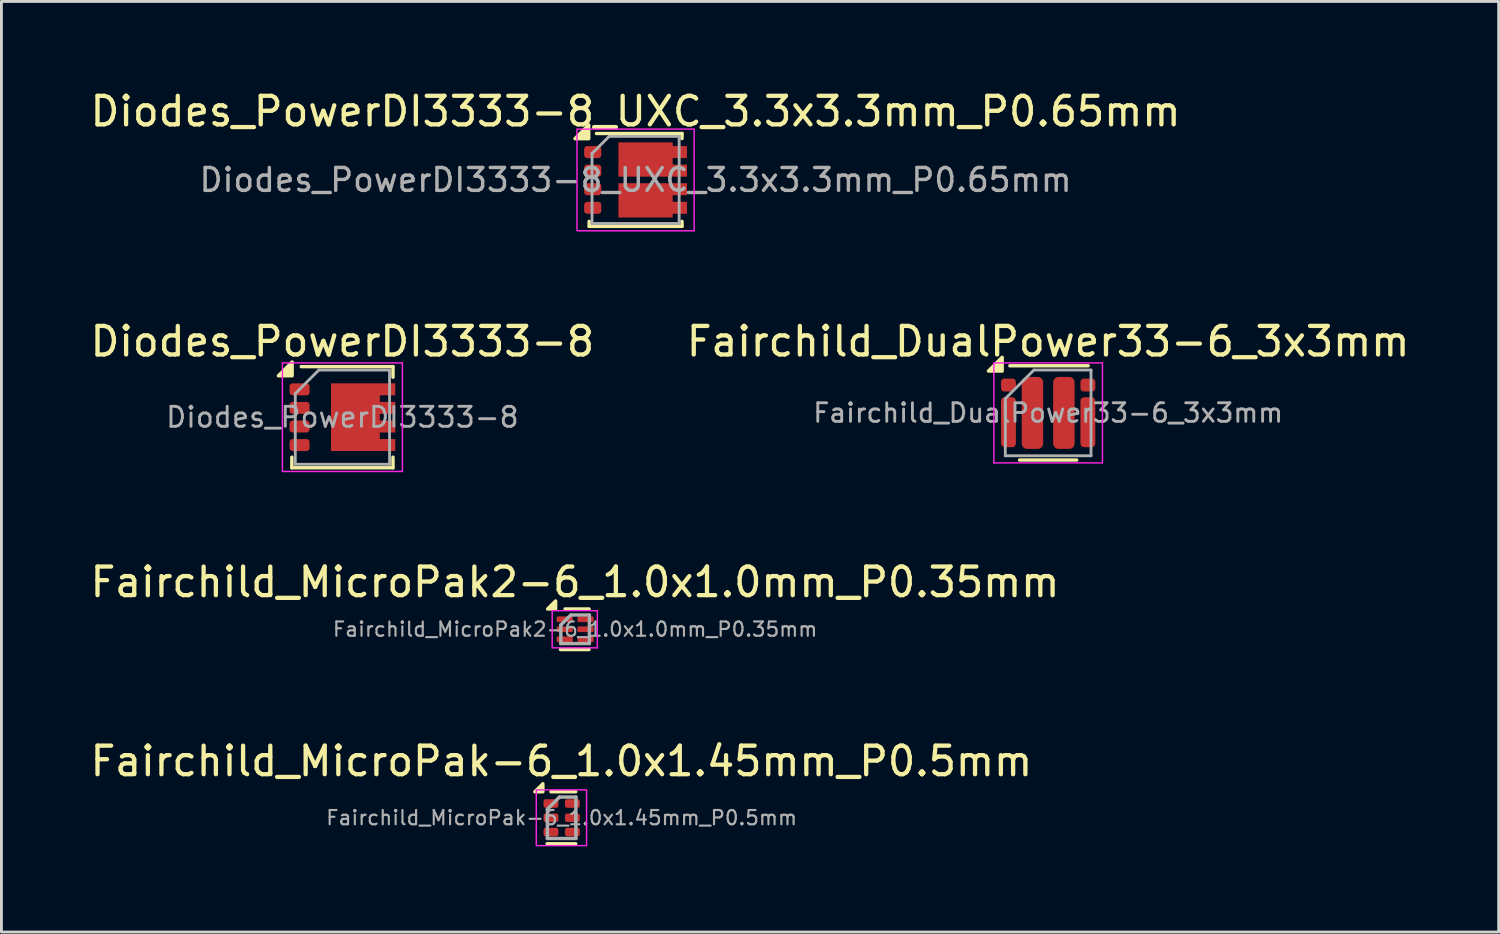
<source format=kicad_pcb>
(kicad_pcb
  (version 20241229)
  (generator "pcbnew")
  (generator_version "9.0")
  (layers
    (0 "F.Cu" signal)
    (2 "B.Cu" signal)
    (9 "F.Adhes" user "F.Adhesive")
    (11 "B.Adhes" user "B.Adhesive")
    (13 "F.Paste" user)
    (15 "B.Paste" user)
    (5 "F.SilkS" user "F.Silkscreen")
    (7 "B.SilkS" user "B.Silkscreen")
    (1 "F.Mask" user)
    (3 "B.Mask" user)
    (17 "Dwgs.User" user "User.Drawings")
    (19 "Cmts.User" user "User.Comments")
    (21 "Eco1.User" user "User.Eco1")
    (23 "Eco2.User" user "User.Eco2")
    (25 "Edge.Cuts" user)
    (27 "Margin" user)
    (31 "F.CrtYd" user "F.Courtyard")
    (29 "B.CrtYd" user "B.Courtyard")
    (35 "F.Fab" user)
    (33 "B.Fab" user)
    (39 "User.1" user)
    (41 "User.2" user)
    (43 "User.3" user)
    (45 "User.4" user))
  (footprint "Fairchild_MicroPak2-6_1.0x1.0mm_P0.35mm"
    (layer "F.Cu")
    (at 17.067 18.975)
    (property "Reference" "Fairchild_MicroPak2-6_1.0x1.0mm_P0.35mm" (at 0.01 -1.65 0) (layer "F.SilkS") (effects (font (size 1 1) (thickness 0.15))))
    (attr smd)
    (fp_line (start -0.5 0.71) (end 0.5 0.71) (stroke (width 0.12) (type solid)) (layer "F.SilkS"))
    (fp_line (start -0.338 -0.71) (end 0.5 -0.71) (stroke (width 0.12) (type solid)) (layer "F.SilkS"))
    (fp_poly (pts (xy -0.67 -0.71) (xy -0.95 -0.71) (xy -0.67 -0.99) (xy -0.67 -0.71)) (stroke (width 0.12) (type solid)) (fill yes) (layer "F.SilkS"))
    (fp_line (start -0.79 -0.65) (end -0.79 0.65) (stroke (width 0.05) (type solid)) (layer "F.CrtYd"))
    (fp_line (start -0.79 -0.65) (end 0.79 -0.65) (stroke (width 0.05) (type solid)) (layer "F.CrtYd"))
    (fp_line (start 0.79 0.65) (end -0.79 0.65) (stroke (width 0.05) (type solid)) (layer "F.CrtYd"))
    (fp_line (start 0.79 0.65) (end 0.79 -0.65) (stroke (width 0.05) (type solid)) (layer "F.CrtYd"))
    (fp_line (start -0.487 -0.15) (end -0.138 -0.5) (stroke (width 0.12) (type solid)) (layer "F.Fab"))
    (fp_line (start -0.487 0.5) (end -0.487 -0.15) (stroke (width 0.12) (type solid)) (layer "F.Fab"))
    (fp_line (start -0.138 -0.5) (end 0.512 -0.5) (stroke (width 0.12) (type solid)) (layer "F.Fab"))
    (fp_line (start 0.512 -0.5) (end 0.512 0.5) (stroke (width 0.12) (type solid)) (layer "F.Fab"))
    (fp_line (start 0.512 0.5) (end -0.487 0.5) (stroke (width 0.12) (type solid)) (layer "F.Fab"))
    (fp_text user "${REFERENCE}" (at 0.013 0 0) (layer "F.Fab") (effects (font (size 0.5 0.5) (thickness 0.075))))
    (pad "1" smd roundrect (at -0.352 -0.35) (size 0.57 0.2) (layers "F.Cu" "F.Mask" "F.Paste") (roundrect_rratio 0.25))
    (pad "2" smd roundrect (at -0.352 0) (size 0.57 0.2) (layers "F.Cu" "F.Mask" "F.Paste") (roundrect_rratio 0.25))
    (pad "3" smd roundrect (at -0.352 0.35) (size 0.57 0.2) (layers "F.Cu" "F.Mask" "F.Paste") (roundrect_rratio 0.25))
    (pad "4" smd roundrect (at 0.378 0.35) (size 0.57 0.2) (layers "F.Cu" "F.Mask" "F.Paste") (roundrect_rratio 0.25))
    (pad "5" smd roundrect (at 0.378 0) (size 0.57 0.2) (layers "F.Cu" "F.Mask" "F.Paste") (roundrect_rratio 0.25))
    (pad "6" smd roundrect (at 0.378 -0.35) (size 0.57 0.2) (layers "F.Cu" "F.Mask" "F.Paste") (roundrect_rratio 0.25)))
  (footprint "Diodes_PowerDI3333-8"
    (layer "F.Cu")
    (at 8.935 11.552)
    (property "Reference" "Diodes_PowerDI3333-8" (at 0 -2.65 0) (layer "F.SilkS") (effects (font (size 1 1) (thickness 0.15))))
    (attr smd)
    (fp_line (start -1.77 1.77) (end -1.77 1.4) (stroke (width 0.12) (type solid)) (layer "F.SilkS"))
    (fp_line (start -1.77 1.77) (end 1.77 1.77) (stroke (width 0.12) (type solid)) (layer "F.SilkS"))
    (fp_line (start 1.77 -1.77) (end -1.44 -1.77) (stroke (width 0.12) (type solid)) (layer "F.SilkS"))
    (fp_line (start 1.77 -1.77) (end 1.77 -1.4) (stroke (width 0.12) (type solid)) (layer "F.SilkS"))
    (fp_line (start 1.77 1.77) (end 1.77 1.4) (stroke (width 0.12) (type solid)) (layer "F.SilkS"))
    (fp_poly (pts (xy -1.76 -1.45) (xy -2.24 -1.45) (xy -1.76 -1.93) (xy -1.76 -1.45)) (stroke (width 0.12) (type solid)) (fill yes) (layer "F.SilkS"))
    (fp_line (start -2.1 -1.9) (end -2.1 1.9) (stroke (width 0.05) (type solid)) (layer "F.CrtYd"))
    (fp_line (start -2.1 1.9) (end 2.1 1.9) (stroke (width 0.05) (type solid)) (layer "F.CrtYd"))
    (fp_line (start 2.1 -1.9) (end -2.1 -1.9) (stroke (width 0.05) (type solid)) (layer "F.CrtYd"))
    (fp_line (start 2.1 1.9) (end 2.1 -1.9) (stroke (width 0.05) (type solid)) (layer "F.CrtYd"))
    (fp_line (start -1.65 -0.825) (end -1.65 1.65) (stroke (width 0.1) (type solid)) (layer "F.Fab"))
    (fp_line (start -1.65 1.65) (end 1.65 1.65) (stroke (width 0.1) (type solid)) (layer "F.Fab"))
    (fp_line (start -0.825 -1.65) (end -1.65 -0.825) (stroke (width 0.1) (type solid)) (layer "F.Fab"))
    (fp_line (start 1.65 -1.65) (end -0.825 -1.65) (stroke (width 0.1) (type solid)) (layer "F.Fab"))
    (fp_line (start 1.65 1.65) (end 1.65 -1.65) (stroke (width 0.1) (type solid)) (layer "F.Fab"))
    (fp_text user "${REFERENCE}" (at 0 0 0) (layer "F.Fab") (effects (font (size 0.7 0.7) (thickness 0.1))))
    (pad "" smd roundrect (at 0.02 -0.565) (size 0.6 1) (layers "F.Paste") (roundrect_rratio 0.25))
    (pad "" smd roundrect (at 0.02 0.565) (size 0.6 1) (layers "F.Paste") (roundrect_rratio 0.25))
    (pad "" smd roundrect (at 0.73 -0.565) (size 0.6 1) (layers "F.Paste") (roundrect_rratio 0.25))
    (pad "" smd roundrect (at 0.73 0.565) (size 0.6 1) (layers "F.Paste") (roundrect_rratio 0.25))
    (pad "" smd roundrect (at 1.5 -0.975) (size 0.7 0.42) (layers "F.Paste") (roundrect_rratio 0.25))
    (pad "" smd roundrect (at 1.5 -0.325) (size 0.7 0.42) (layers "F.Paste") (roundrect_rratio 0.25))
    (pad "" smd roundrect (at 1.5 0.325) (size 0.7 0.42) (layers "F.Paste") (roundrect_rratio 0.25))
    (pad "" smd roundrect (at 1.5 0.975) (size 0.7 0.42) (layers "F.Paste") (roundrect_rratio 0.25))
    (pad "1" smd roundrect (at -1.5 -0.975) (size 0.7 0.42) (layers "F.Cu" "F.Mask" "F.Paste") (roundrect_rratio 0.25))
    (pad "2" smd roundrect (at -1.5 -0.325) (size 0.7 0.42) (layers "F.Cu" "F.Mask" "F.Paste") (roundrect_rratio 0.25))
    (pad "3" smd roundrect (at -1.5 0.325) (size 0.7 0.42) (layers "F.Cu" "F.Mask" "F.Paste") (roundrect_rratio 0.25))
    (pad "4" smd roundrect (at -1.5 0.975) (size 0.7 0.42) (layers "F.Cu" "F.Mask" "F.Paste") (roundrect_rratio 0.25))
    (pad "5" smd custom (at 0.455 0) (size 1.71 2.37) (layers "F.Cu" "F.Mask") (options (anchor rect)) (primitives (gr_poly (pts (xy 1.395 1.185) (xy 0.855 1.185) (xy 0.855 0.765) (xy 1.395 0.765)) (width 0) (fill yes)) (gr_poly (pts (xy 1.395 0.535) (xy 0.855 0.535) (xy 0.855 0.115) (xy 1.395 0.115)) (width 0) (fill yes)) (gr_poly (pts (xy 1.395 -0.115) (xy 0.855 -0.115) (xy 0.855 -0.535) (xy 1.395 -0.535)) (width 0) (fill yes)) (gr_poly (pts (xy 1.395 -0.765) (xy 0.855 -0.765) (xy 0.855 -1.185) (xy 1.395 -1.185)) (width 0) (fill yes)))))
  (footprint "Fairchild_DualPower33-6_3x3mm"
    (layer "F.Cu")
    (at 33.637 11.402)
    (property "Reference" "Fairchild_DualPower33-6_3x3mm" (at 0 -2.5 0) (layer "F.SilkS") (effects (font (size 1 1) (thickness 0.15))))
    (attr smd)
    (fp_line (start -1 1.65) (end 1 1.65) (stroke (width 0.12) (type solid)) (layer "F.SilkS"))
    (fp_line (start 1.4 -1.65) (end -1.34 -1.65) (stroke (width 0.12) (type solid)) (layer "F.SilkS"))
    (fp_poly (pts (xy -1.61 -1.465) (xy -2.09 -1.465) (xy -1.61 -1.945) (xy -1.61 -1.465)) (stroke (width 0.12) (type solid)) (fill yes) (layer "F.SilkS"))
    (fp_line (start -1.9 -1.75) (end 1.9 -1.75) (stroke (width 0.05) (type solid)) (layer "F.CrtYd"))
    (fp_line (start -1.9 1.75) (end -1.9 -1.75) (stroke (width 0.05) (type solid)) (layer "F.CrtYd"))
    (fp_line (start 1.9 -1.75) (end 1.9 1.75) (stroke (width 0.05) (type solid)) (layer "F.CrtYd"))
    (fp_line (start 1.9 1.75) (end -1.9 1.75) (stroke (width 0.05) (type solid)) (layer "F.CrtYd"))
    (fp_line (start -1.5 -0.5) (end -0.5 -1.5) (stroke (width 0.1) (type solid)) (layer "F.Fab"))
    (fp_line (start -1.5 1.5) (end -1.5 -0.5) (stroke (width 0.1) (type solid)) (layer "F.Fab"))
    (fp_line (start -0.5 -1.5) (end 1.5 -1.5) (stroke (width 0.1) (type solid)) (layer "F.Fab"))
    (fp_line (start 1.5 -1.5) (end 1.5 1.5) (stroke (width 0.1) (type solid)) (layer "F.Fab"))
    (fp_line (start 1.5 1.5) (end -1.5 1.5) (stroke (width 0.1) (type solid)) (layer "F.Fab"))
    (fp_text user "${REFERENCE}" (at 0 0 0) (layer "F.Fab") (effects (font (size 0.65 0.65) (thickness 0.1))))
    (pad "" smd roundrect (at -1.39 -0.975) (size 0.35 0.35) (layers "F.Mask" "F.Paste") (roundrect_rratio 0.25))
    (pad "" smd roundrect (at -1.39 -0.325) (size 0.35 0.35) (layers "F.Mask" "F.Paste") (roundrect_rratio 0.25))
    (pad "" smd roundrect (at -1.39 0.325) (size 0.35 0.35) (layers "F.Mask" "F.Paste") (roundrect_rratio 0.25))
    (pad "" smd roundrect (at -1.39 0.975) (size 0.35 0.35) (layers "F.Mask" "F.Paste") (roundrect_rratio 0.25))
    (pad "" smd roundrect (at -0.55 -0.5) (size 0.65 0.8) (layers "F.Mask" "F.Paste") (roundrect_rratio 0.25))
    (pad "" smd roundrect (at -0.55 0.5) (size 0.65 0.8) (layers "F.Mask" "F.Paste") (roundrect_rratio 0.25))
    (pad "" smd roundrect (at 0.55 -0.5) (size 0.65 0.8) (layers "F.Mask" "F.Paste") (roundrect_rratio 0.25))
    (pad "" smd roundrect (at 0.55 0.5) (size 0.65 0.8) (layers "F.Mask" "F.Paste") (roundrect_rratio 0.25))
    (pad "" smd roundrect (at 1.39 -0.975) (size 0.35 0.35) (layers "F.Mask" "F.Paste") (roundrect_rratio 0.25))
    (pad "" smd roundrect (at 1.39 -0.325) (size 0.35 0.35) (layers "F.Mask" "F.Paste") (roundrect_rratio 0.25))
    (pad "" smd roundrect (at 1.39 0.325) (size 0.35 0.35) (layers "F.Mask" "F.Paste") (roundrect_rratio 0.25))
    (pad "" smd roundrect (at 1.39 0.975) (size 0.35 0.35) (layers "F.Mask" "F.Paste") (roundrect_rratio 0.25))
    (pad "1" smd roundrect (at -1.39 -0.975) (size 0.52 0.45) (layers "F.Cu" "F.Mask") (roundrect_rratio 0.25))
    (pad "2" smd roundrect (at -1.39 0.325) (size 0.52 1.75) (layers "F.Cu" "F.Mask") (roundrect_rratio 0.25))
    (pad "3" smd roundrect (at 1.39 0.325) (size 0.52 1.75) (layers "F.Cu" "F.Mask") (roundrect_rratio 0.25))
    (pad "4" smd roundrect (at 1.39 -0.975) (size 0.52 0.45) (layers "F.Cu" "F.Mask") (roundrect_rratio 0.25))
    (pad "5" smd roundrect (at -0.55 0) (size 0.75 2.52) (layers "F.Cu" "F.Mask") (roundrect_rratio 0.25))
    (pad "6" smd roundrect (at 0.55 0) (size 0.75 2.52) (layers "F.Cu" "F.Mask") (roundrect_rratio 0.25)))
  (footprint "Fairchild_MicroPak-6_1.0x1.45mm_P0.5mm"
    (layer "F.Cu")
    (at 16.601 25.573)
    (property "Reference" "Fairchild_MicroPak-6_1.0x1.45mm_P0.5mm" (at 0 -1.98 0) (layer "F.SilkS") (effects (font (size 1 1) (thickness 0.15))))
    (attr smd)
    (fp_line (start 0.5 -0.91) (end -0.367 -0.91) (stroke (width 0.12) (type solid)) (layer "F.SilkS"))
    (fp_line (start 0.5 0.91) (end -0.5 0.91) (stroke (width 0.12) (type solid)) (layer "F.SilkS"))
    (fp_poly (pts (xy -0.65 -0.91) (xy -0.93 -0.91) (xy -0.65 -1.19) (xy -0.65 -0.91)) (stroke (width 0.12) (type solid)) (fill yes) (layer "F.SilkS"))
    (fp_rect (start -0.88 -0.975) (end 0.88 0.975) (stroke (width 0.05) (type default)) (fill no) (layer "F.CrtYd"))
    (fp_line (start -0.492 -0.3) (end -0.068 -0.725) (stroke (width 0.12) (type solid)) (layer "F.Fab"))
    (fp_line (start -0.492 0.725) (end -0.492 -0.3) (stroke (width 0.12) (type solid)) (layer "F.Fab"))
    (fp_line (start -0.068 -0.725) (end 0.507 -0.725) (stroke (width 0.12) (type solid)) (layer "F.Fab"))
    (fp_line (start 0.507 -0.725) (end 0.507 0.725) (stroke (width 0.12) (type solid)) (layer "F.Fab"))
    (fp_line (start 0.507 0.725) (end -0.492 0.725) (stroke (width 0.12) (type solid)) (layer "F.Fab"))
    (fp_text user "${REFERENCE}" (at 0.007 0 0) (layer "F.Fab") (effects (font (size 0.5 0.5) (thickness 0.075))))
    (pad "1" smd roundrect (at -0.367 -0.5) (size 0.52 0.3) (layers "F.Cu" "F.Mask" "F.Paste") (roundrect_rratio 0.25))
    (pad "2" smd roundrect (at -0.367 0) (size 0.52 0.3) (layers "F.Cu" "F.Mask" "F.Paste") (roundrect_rratio 0.25))
    (pad "3" smd roundrect (at -0.367 0.5) (size 0.52 0.3) (layers "F.Cu" "F.Mask" "F.Paste") (roundrect_rratio 0.25))
    (pad "4" smd roundrect (at 0.383 0.5) (size 0.52 0.3) (layers "F.Cu" "F.Mask" "F.Paste") (roundrect_rratio 0.25))
    (pad "5" smd roundrect (at 0.383 0) (size 0.52 0.3) (layers "F.Cu" "F.Mask" "F.Paste") (roundrect_rratio 0.25))
    (pad "6" smd roundrect (at 0.383 -0.5) (size 0.52 0.3) (layers "F.Cu" "F.Mask" "F.Paste") (roundrect_rratio 0.25)))
  (footprint "Diodes_PowerDI3333-8_UXC_3.3x3.3mm_P0.65mm"
    (layer "F.Cu")
    (at 19.196 3.248)
    (property "Reference" "Diodes_PowerDI3333-8_UXC_3.3x3.3mm_P0.65mm" (at 0 -2.4 0) (layer "F.SilkS") (effects (font (size 1 1) (thickness 0.15))))
    (attr smd)
    (fp_line (start -1.625 1.625) (end -1.625 1.45) (stroke (width 0.12) (type solid)) (layer "F.SilkS"))
    (fp_line (start -1.625 1.625) (end 1.625 1.625) (stroke (width 0.12) (type solid)) (layer "F.SilkS"))
    (fp_line (start -1.37 -1.625) (end 1.625 -1.625) (stroke (width 0.12) (type solid)) (layer "F.SilkS"))
    (fp_line (start 1.625 -1.45) (end 1.625 -1.625) (stroke (width 0.12) (type solid)) (layer "F.SilkS"))
    (fp_line (start 1.625 1.45) (end 1.625 1.625) (stroke (width 0.12) (type solid)) (layer "F.SilkS"))
    (fp_poly (pts (xy -1.64 -1.445) (xy -2.12 -1.445) (xy -1.64 -1.925) (xy -1.64 -1.445)) (stroke (width 0.12) (type solid)) (fill yes) (layer "F.SilkS"))
    (fp_rect (start -2.05 -1.78) (end 2.05 1.78) (stroke (width 0.05) (type default)) (fill no) (layer "F.CrtYd"))
    (fp_line (start -1.525 -0.925) (end -1.525 1.525) (stroke (width 0.1) (type solid)) (layer "F.Fab"))
    (fp_line (start -1.525 1.525) (end 1.525 1.525) (stroke (width 0.1) (type solid)) (layer "F.Fab"))
    (fp_line (start -0.925 -1.525) (end -1.525 -0.925) (stroke (width 0.1) (type solid)) (layer "F.Fab"))
    (fp_line (start -0.925 -1.525) (end 1.525 -1.525) (stroke (width 0.1) (type solid)) (layer "F.Fab"))
    (fp_line (start 1.525 -1.525) (end 1.525 1.525) (stroke (width 0.1) (type solid)) (layer "F.Fab"))
    (fp_text user "${REFERENCE}" (at 0 0 180) (layer "F.Fab") (effects (font (size 0.8 0.8) (thickness 0.12))))
    (pad "" smd roundrect (at -0.22 -0.73) (size 0.6 1) (layers "F.Paste") (roundrect_rratio 0.25))
    (pad "" smd roundrect (at -0.22 0.71) (size 0.6 1) (layers "F.Paste") (roundrect_rratio 0.25))
    (pad "" smd roundrect (at 0.6 -0.73) (size 0.6 1) (layers "F.Paste") (roundrect_rratio 0.25))
    (pad "" smd roundrect (at 0.6 0.71) (size 0.6 1) (layers "F.Paste") (roundrect_rratio 0.25))
    (pad "" smd roundrect (at 1.45 -0.98) (size 0.7 0.4) (layers "F.Paste") (roundrect_rratio 0.25))
    (pad "" smd roundrect (at 1.45 -0.32) (size 0.7 0.4) (layers "F.Paste") (roundrect_rratio 0.25))
    (pad "" smd roundrect (at 1.45 0.32) (size 0.7 0.4) (layers "F.Paste") (roundrect_rratio 0.25))
    (pad "" smd roundrect (at 1.45 0.98) (size 0.7 0.4) (layers "F.Paste") (roundrect_rratio 0.25))
    (pad "1" smd roundrect (at -1.5 -0.975 270) (size 0.42 0.6) (layers "F.Cu" "F.Mask" "F.Paste") (roundrect_rratio 0.25))
    (pad "2" smd roundrect (at -1.5 -0.325 270) (size 0.42 0.6) (layers "F.Cu" "F.Mask" "F.Paste") (roundrect_rratio 0.25))
    (pad "3" smd roundrect (at -1.5 0.325 270) (size 0.42 0.6) (layers "F.Cu" "F.Mask" "F.Paste") (roundrect_rratio 0.25))
    (pad "4" smd roundrect (at -1.5 0.975 270) (size 0.42 0.6) (layers "F.Cu" "F.Mask" "F.Paste") (roundrect_rratio 0.25))
    (pad "5" smd custom (at 0.35 0.715 270) (size 1 1) (layers "F.Cu" "F.Mask") (options (anchor rect)) (primitives (gr_poly (pts (xy -0.6 0.95) (xy 0.6 0.95) (xy 0.6 -0.95) (xy 0.47 -0.95) (xy 0.47 -1.45) (xy 0.05 -1.45) (xy 0.05 -0.95) (xy -0.18 -0.95) (xy -0.18 -1.45) (xy -0.6 -1.45)) (width 0) (fill yes))))
    (pad "7" smd custom (at 0.35 -0.715 270) (size 1 1) (layers "F.Cu" "F.Mask") (options (anchor rect)) (primitives (gr_poly (pts (xy 0.6 0.95) (xy -0.6 0.95) (xy -0.6 -0.95) (xy -0.47 -0.95) (xy -0.47 -1.45) (xy -0.05 -1.45) (xy -0.05 -0.95) (xy 0.18 -0.95) (xy 0.18 -1.45) (xy 0.6 -1.45)) (width 0) (fill yes)))))
  (gr_rect
    (start -3 -3)
    (end 49.405 29.573)
    (stroke (width 0.1) (type default))
    (fill no)
    (layer "Edge.Cuts")))
</source>
